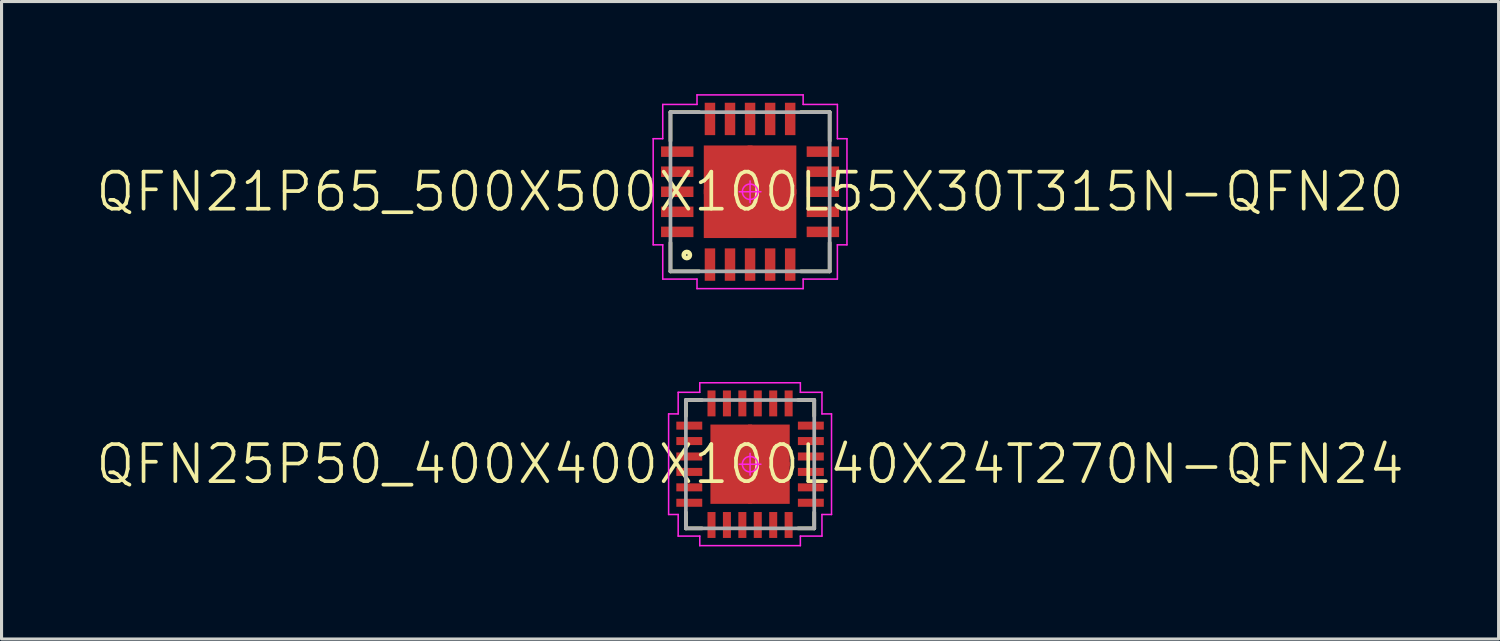
<source format=kicad_pcb>
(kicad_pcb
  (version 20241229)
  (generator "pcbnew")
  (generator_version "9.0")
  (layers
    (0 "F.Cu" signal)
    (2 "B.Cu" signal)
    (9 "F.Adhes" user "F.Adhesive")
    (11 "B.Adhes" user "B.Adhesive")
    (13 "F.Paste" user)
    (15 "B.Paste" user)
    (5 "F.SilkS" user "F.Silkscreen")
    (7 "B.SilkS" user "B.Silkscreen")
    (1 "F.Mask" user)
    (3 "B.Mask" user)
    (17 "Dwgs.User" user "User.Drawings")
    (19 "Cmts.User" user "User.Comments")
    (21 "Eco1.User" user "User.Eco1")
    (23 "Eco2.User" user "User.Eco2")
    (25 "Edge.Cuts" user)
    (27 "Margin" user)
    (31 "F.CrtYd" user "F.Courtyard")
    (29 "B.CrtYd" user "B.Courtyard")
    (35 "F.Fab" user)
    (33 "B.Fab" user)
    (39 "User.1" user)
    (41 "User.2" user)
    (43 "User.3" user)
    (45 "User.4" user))
  (footprint "QFN25P50_400X400X100L40X24T270N-QFN24"
    (layer "F.Cu")
    (at 21.26 11.995)
    (property "Reference" "QFN25P50_400X400X100L40X24T270N-QFN24" (at 0 0 0) (layer "F.SilkS") (effects (font (size 1.2 1.2) (thickness 0.12))))
    (attr smd)
    (fp_line (start -2.08 -2.08) (end -2.08 -1.56) (stroke (width 0.12) (type solid)) (layer "F.SilkS"))
    (fp_line (start -2.08 2.08) (end -2.08 1.56) (stroke (width 0.12) (type solid)) (layer "F.SilkS"))
    (fp_line (start -1.56 -2.08) (end -2.08 -2.08) (stroke (width 0.12) (type solid)) (layer "F.SilkS"))
    (fp_line (start -1.56 2.08) (end -2.08 2.08) (stroke (width 0.12) (type solid)) (layer "F.SilkS"))
    (fp_line (start 1.56 -2.08) (end 2.08 -2.08) (stroke (width 0.12) (type solid)) (layer "F.SilkS"))
    (fp_line (start 1.56 2.08) (end 2.08 2.08) (stroke (width 0.12) (type solid)) (layer "F.SilkS"))
    (fp_line (start 2.08 -2.08) (end 2.08 -1.56) (stroke (width 0.12) (type solid)) (layer "F.SilkS"))
    (fp_line (start 2.08 2.08) (end 2.08 1.56) (stroke (width 0.12) (type solid)) (layer "F.SilkS"))
    (fp_line (start -2.64 -1.63) (end -2.64 1.63) (stroke (width 0.05) (type solid)) (layer "F.CrtYd"))
    (fp_line (start -2.64 1.63) (end -2.33 1.63) (stroke (width 0.05) (type solid)) (layer "F.CrtYd"))
    (fp_line (start -2.33 -2.33) (end -2.33 -1.63) (stroke (width 0.05) (type solid)) (layer "F.CrtYd"))
    (fp_line (start -2.33 -1.63) (end -2.64 -1.63) (stroke (width 0.05) (type solid)) (layer "F.CrtYd"))
    (fp_line (start -2.33 1.63) (end -2.33 2.33) (stroke (width 0.05) (type solid)) (layer "F.CrtYd"))
    (fp_line (start -2.33 2.33) (end -1.63 2.33) (stroke (width 0.05) (type solid)) (layer "F.CrtYd"))
    (fp_line (start -1.63 -2.64) (end -1.63 -2.33) (stroke (width 0.05) (type solid)) (layer "F.CrtYd"))
    (fp_line (start -1.63 -2.33) (end -2.33 -2.33) (stroke (width 0.05) (type solid)) (layer "F.CrtYd"))
    (fp_line (start -1.63 2.33) (end -1.63 2.64) (stroke (width 0.05) (type solid)) (layer "F.CrtYd"))
    (fp_line (start -1.63 2.64) (end 1.63 2.64) (stroke (width 0.05) (type solid)) (layer "F.CrtYd"))
    (fp_line (start -0.35 0) (end 0.35 0) (stroke (width 0.05) (type solid)) (layer "F.CrtYd"))
    (fp_line (start 0 -0.35) (end 0 0.35) (stroke (width 0.05) (type solid)) (layer "F.CrtYd"))
    (fp_line (start 1.63 -2.64) (end -1.63 -2.64) (stroke (width 0.05) (type solid)) (layer "F.CrtYd"))
    (fp_line (start 1.63 -2.33) (end 1.63 -2.64) (stroke (width 0.05) (type solid)) (layer "F.CrtYd"))
    (fp_line (start 1.63 2.33) (end 2.33 2.33) (stroke (width 0.05) (type solid)) (layer "F.CrtYd"))
    (fp_line (start 1.63 2.64) (end 1.63 2.33) (stroke (width 0.05) (type solid)) (layer "F.CrtYd"))
    (fp_line (start 2.33 -2.33) (end 1.63 -2.33) (stroke (width 0.05) (type solid)) (layer "F.CrtYd"))
    (fp_line (start 2.33 -1.63) (end 2.33 -2.33) (stroke (width 0.05) (type solid)) (layer "F.CrtYd"))
    (fp_line (start 2.33 1.63) (end 2.64 1.63) (stroke (width 0.05) (type solid)) (layer "F.CrtYd"))
    (fp_line (start 2.33 2.33) (end 2.33 1.63) (stroke (width 0.05) (type solid)) (layer "F.CrtYd"))
    (fp_line (start 2.64 -1.63) (end 2.33 -1.63) (stroke (width 0.05) (type solid)) (layer "F.CrtYd"))
    (fp_line (start 2.64 1.63) (end 2.64 -1.63) (stroke (width 0.05) (type solid)) (layer "F.CrtYd"))
    (fp_circle (center 0 0) (end 0 0.25) (stroke (width 0.05) (type solid)) (fill no) (layer "F.CrtYd"))
    (fp_line (start -2.08 -2.08) (end 2.08 -2.08) (stroke (width 0.12) (type solid)) (layer "F.Fab"))
    (fp_line (start -2.08 2.08) (end -2.08 -2.08) (stroke (width 0.12) (type solid)) (layer "F.Fab"))
    (fp_line (start 2.08 -2.08) (end 2.08 2.08) (stroke (width 0.12) (type solid)) (layer "F.Fab"))
    (fp_line (start 2.08 2.08) (end -2.08 2.08) (stroke (width 0.12) (type solid)) (layer "F.Fab"))
    (pad "1" smd rect (at -1.25 1.97 90) (size 0.84 0.26) (layers "F.Cu" "F.Mask" "F.Paste"))
    (pad "2" smd rect (at -0.75 1.97 90) (size 0.84 0.26) (layers "F.Cu" "F.Mask" "F.Paste"))
    (pad "3" smd rect (at -0.25 1.97 90) (size 0.84 0.26) (layers "F.Cu" "F.Mask" "F.Paste"))
    (pad "4" smd rect (at 0.25 1.97 90) (size 0.84 0.26) (layers "F.Cu" "F.Mask" "F.Paste"))
    (pad "5" smd rect (at 0.75 1.97 90) (size 0.84 0.26) (layers "F.Cu" "F.Mask" "F.Paste"))
    (pad "6" smd rect (at 1.25 1.97 90) (size 0.84 0.26) (layers "F.Cu" "F.Mask" "F.Paste"))
    (pad "7" smd rect (at 1.97 1.25) (size 0.84 0.26) (layers "F.Cu" "F.Mask" "F.Paste"))
    (pad "8" smd rect (at 1.97 0.75) (size 0.84 0.26) (layers "F.Cu" "F.Mask" "F.Paste"))
    (pad "9" smd rect (at 1.97 0.25) (size 0.84 0.26) (layers "F.Cu" "F.Mask" "F.Paste"))
    (pad "10" smd rect (at 1.97 -0.25) (size 0.84 0.26) (layers "F.Cu" "F.Mask" "F.Paste"))
    (pad "11" smd rect (at 1.97 -0.75) (size 0.84 0.26) (layers "F.Cu" "F.Mask" "F.Paste"))
    (pad "12" smd rect (at 1.97 -1.25) (size 0.84 0.26) (layers "F.Cu" "F.Mask" "F.Paste"))
    (pad "13" smd rect (at 1.25 -1.97 90) (size 0.84 0.26) (layers "F.Cu" "F.Mask" "F.Paste"))
    (pad "14" smd rect (at 0.75 -1.97 90) (size 0.84 0.26) (layers "F.Cu" "F.Mask" "F.Paste"))
    (pad "15" smd rect (at 0.25 -1.97 90) (size 0.84 0.26) (layers "F.Cu" "F.Mask" "F.Paste"))
    (pad "16" smd rect (at -0.25 -1.97 90) (size 0.84 0.26) (layers "F.Cu" "F.Mask" "F.Paste"))
    (pad "17" smd rect (at -0.75 -1.97 90) (size 0.84 0.26) (layers "F.Cu" "F.Mask" "F.Paste"))
    (pad "18" smd rect (at -1.25 -1.97 90) (size 0.84 0.26) (layers "F.Cu" "F.Mask" "F.Paste"))
    (pad "19" smd rect (at -1.97 -1.25) (size 0.84 0.26) (layers "F.Cu" "F.Mask" "F.Paste"))
    (pad "20" smd rect (at -1.97 -0.75) (size 0.84 0.26) (layers "F.Cu" "F.Mask" "F.Paste"))
    (pad "21" smd rect (at -1.97 -0.25) (size 0.84 0.26) (layers "F.Cu" "F.Mask" "F.Paste"))
    (pad "22" smd rect (at -1.97 0.25) (size 0.84 0.26) (layers "F.Cu" "F.Mask" "F.Paste"))
    (pad "23" smd rect (at -1.97 0.75) (size 0.84 0.26) (layers "F.Cu" "F.Mask" "F.Paste"))
    (pad "24" smd rect (at -1.97 1.25) (size 0.84 0.26) (layers "F.Cu" "F.Mask" "F.Paste"))
    (pad "25" smd rect (at -0.61 -0.61) (size 1.35 1.35) (layers "F.Cu" "F.Mask" "F.Paste"))
    (pad "25" smd rect (at -0.61 0.61) (size 1.35 1.35) (layers "F.Cu" "F.Mask" "F.Paste"))
    (pad "25" smd rect (at 0.61 -0.61) (size 1.35 1.35) (layers "F.Cu" "F.Mask" "F.Paste"))
    (pad "25" smd rect (at 0.61 0.61) (size 1.35 1.35) (layers "F.Cu" "F.Mask" "F.Paste")))
  (footprint "QFN21P65_500X500X100L55X30T315N-QFN20"
    (layer "F.Cu")
    (at 21.26 3.165)
    (property "Reference" "QFN21P65_500X500X100L55X30T315N-QFN20" (at 0 0 0) (layer "F.SilkS") (effects (font (size 1.2 1.2) (thickness 0.12))))
    (attr smd)
    (fp_line (start -2.58 -2.58) (end -2.58 -1.65) (stroke (width 0.12) (type solid)) (layer "F.SilkS"))
    (fp_line (start -2.58 2.58) (end -2.58 1.65) (stroke (width 0.12) (type solid)) (layer "F.SilkS"))
    (fp_line (start -1.65 -2.58) (end -2.58 -2.58) (stroke (width 0.12) (type solid)) (layer "F.SilkS"))
    (fp_line (start -1.65 2.58) (end -2.58 2.58) (stroke (width 0.12) (type solid)) (layer "F.SilkS"))
    (fp_line (start 1.65 -2.58) (end 2.58 -2.58) (stroke (width 0.12) (type solid)) (layer "F.SilkS"))
    (fp_line (start 1.65 2.58) (end 2.58 2.58) (stroke (width 0.12) (type solid)) (layer "F.SilkS"))
    (fp_line (start 2.58 -2.58) (end 2.58 -1.65) (stroke (width 0.12) (type solid)) (layer "F.SilkS"))
    (fp_line (start 2.58 2.58) (end 2.58 1.65) (stroke (width 0.12) (type solid)) (layer "F.SilkS"))
    (fp_circle (center -2.05 2.05) (end -2.05 2.15) (stroke (width 0.15) (type solid)) (fill no) (layer "F.SilkS"))
    (fp_line (start -3.14 -1.72) (end -3.14 1.72) (stroke (width 0.05) (type solid)) (layer "F.CrtYd"))
    (fp_line (start -3.14 1.72) (end -2.83 1.72) (stroke (width 0.05) (type solid)) (layer "F.CrtYd"))
    (fp_line (start -2.83 -2.83) (end -2.83 -1.72) (stroke (width 0.05) (type solid)) (layer "F.CrtYd"))
    (fp_line (start -2.83 -1.72) (end -3.14 -1.72) (stroke (width 0.05) (type solid)) (layer "F.CrtYd"))
    (fp_line (start -2.83 1.72) (end -2.83 2.83) (stroke (width 0.05) (type solid)) (layer "F.CrtYd"))
    (fp_line (start -2.83 2.83) (end -1.72 2.83) (stroke (width 0.05) (type solid)) (layer "F.CrtYd"))
    (fp_line (start -1.72 -3.14) (end -1.72 -2.83) (stroke (width 0.05) (type solid)) (layer "F.CrtYd"))
    (fp_line (start -1.72 -2.83) (end -2.83 -2.83) (stroke (width 0.05) (type solid)) (layer "F.CrtYd"))
    (fp_line (start -1.72 2.83) (end -1.72 3.14) (stroke (width 0.05) (type solid)) (layer "F.CrtYd"))
    (fp_line (start -1.72 3.14) (end 1.72 3.14) (stroke (width 0.05) (type solid)) (layer "F.CrtYd"))
    (fp_line (start -0.35 0) (end 0.35 0) (stroke (width 0.05) (type solid)) (layer "F.CrtYd"))
    (fp_line (start 0 -0.35) (end 0 0.35) (stroke (width 0.05) (type solid)) (layer "F.CrtYd"))
    (fp_line (start 1.72 -3.14) (end -1.72 -3.14) (stroke (width 0.05) (type solid)) (layer "F.CrtYd"))
    (fp_line (start 1.72 -2.83) (end 1.72 -3.14) (stroke (width 0.05) (type solid)) (layer "F.CrtYd"))
    (fp_line (start 1.72 2.83) (end 2.83 2.83) (stroke (width 0.05) (type solid)) (layer "F.CrtYd"))
    (fp_line (start 1.72 3.14) (end 1.72 2.83) (stroke (width 0.05) (type solid)) (layer "F.CrtYd"))
    (fp_line (start 2.83 -2.83) (end 1.72 -2.83) (stroke (width 0.05) (type solid)) (layer "F.CrtYd"))
    (fp_line (start 2.83 -1.72) (end 2.83 -2.83) (stroke (width 0.05) (type solid)) (layer "F.CrtYd"))
    (fp_line (start 2.83 1.72) (end 3.14 1.72) (stroke (width 0.05) (type solid)) (layer "F.CrtYd"))
    (fp_line (start 2.83 2.83) (end 2.83 1.72) (stroke (width 0.05) (type solid)) (layer "F.CrtYd"))
    (fp_line (start 3.14 -1.72) (end 2.83 -1.72) (stroke (width 0.05) (type solid)) (layer "F.CrtYd"))
    (fp_line (start 3.14 1.72) (end 3.14 -1.72) (stroke (width 0.05) (type solid)) (layer "F.CrtYd"))
    (fp_circle (center 0 0) (end 0 0.25) (stroke (width 0.05) (type solid)) (fill no) (layer "F.CrtYd"))
    (fp_line (start -2.58 -2.58) (end 2.58 -2.58) (stroke (width 0.12) (type solid)) (layer "F.Fab"))
    (fp_line (start -2.58 2.58) (end -2.58 -2.58) (stroke (width 0.12) (type solid)) (layer "F.Fab"))
    (fp_line (start 2.58 -2.58) (end 2.58 2.58) (stroke (width 0.12) (type solid)) (layer "F.Fab"))
    (fp_line (start 2.58 2.58) (end -2.58 2.58) (stroke (width 0.12) (type solid)) (layer "F.Fab"))
    (pad "1" smd rect (at -1.3 2.36 90) (size 1.05 0.34) (layers "F.Cu" "F.Mask" "F.Paste"))
    (pad "2" smd rect (at -0.65 2.36 90) (size 1.05 0.34) (layers "F.Cu" "F.Mask" "F.Paste"))
    (pad "3" smd rect (at 0 2.36 90) (size 1.05 0.34) (layers "F.Cu" "F.Mask" "F.Paste"))
    (pad "4" smd rect (at 0.65 2.36 90) (size 1.05 0.34) (layers "F.Cu" "F.Mask" "F.Paste"))
    (pad "5" smd rect (at 1.3 2.36 90) (size 1.05 0.34) (layers "F.Cu" "F.Mask" "F.Paste"))
    (pad "6" smd rect (at 2.36 1.3) (size 1.05 0.34) (layers "F.Cu" "F.Mask" "F.Paste"))
    (pad "7" smd rect (at 2.36 0.65) (size 1.05 0.34) (layers "F.Cu" "F.Mask" "F.Paste"))
    (pad "8" smd rect (at 2.36 0) (size 1.05 0.34) (layers "F.Cu" "F.Mask" "F.Paste"))
    (pad "9" smd rect (at 2.36 -0.65) (size 1.05 0.34) (layers "F.Cu" "F.Mask" "F.Paste"))
    (pad "10" smd rect (at 2.36 -1.3) (size 1.05 0.34) (layers "F.Cu" "F.Mask" "F.Paste"))
    (pad "11" smd rect (at 1.3 -2.36 90) (size 1.05 0.34) (layers "F.Cu" "F.Mask" "F.Paste"))
    (pad "12" smd rect (at 0.65 -2.36 90) (size 1.05 0.34) (layers "F.Cu" "F.Mask" "F.Paste"))
    (pad "13" smd rect (at 0 -2.36 90) (size 1.05 0.34) (layers "F.Cu" "F.Mask" "F.Paste"))
    (pad "14" smd rect (at -0.65 -2.36 90) (size 1.05 0.34) (layers "F.Cu" "F.Mask" "F.Paste"))
    (pad "15" smd rect (at -1.3 -2.36 90) (size 1.05 0.34) (layers "F.Cu" "F.Mask" "F.Paste"))
    (pad "16" smd rect (at -2.36 -1.3) (size 1.05 0.34) (layers "F.Cu" "F.Mask" "F.Paste"))
    (pad "17" smd rect (at -2.36 -0.65) (size 1.05 0.34) (layers "F.Cu" "F.Mask" "F.Paste"))
    (pad "18" smd rect (at -2.36 0) (size 1.05 0.34) (layers "F.Cu" "F.Mask" "F.Paste"))
    (pad "19" smd rect (at -2.36 0.65) (size 1.05 0.34) (layers "F.Cu" "F.Mask" "F.Paste"))
    (pad "20" smd rect (at -2.36 1.3) (size 1.05 0.34) (layers "F.Cu" "F.Mask" "F.Paste"))
    (pad "21" smd rect (at -0.71 -0.71) (size 1.58 1.58) (layers "F.Cu" "F.Mask" "F.Paste"))
    (pad "21" smd rect (at -0.71 0.71) (size 1.58 1.58) (layers "F.Cu" "F.Mask" "F.Paste"))
    (pad "21" smd rect (at 0.71 -0.71) (size 1.58 1.58) (layers "F.Cu" "F.Mask" "F.Paste"))
    (pad "21" smd rect (at 0.71 0.71) (size 1.58 1.58) (layers "F.Cu" "F.Mask" "F.Paste")))
  (gr_rect
    (start -3 -3)
    (end 45.52 17.66)
    (stroke (width 0.1) (type default))
    (fill no)
    (layer "Edge.Cuts")))
</source>
